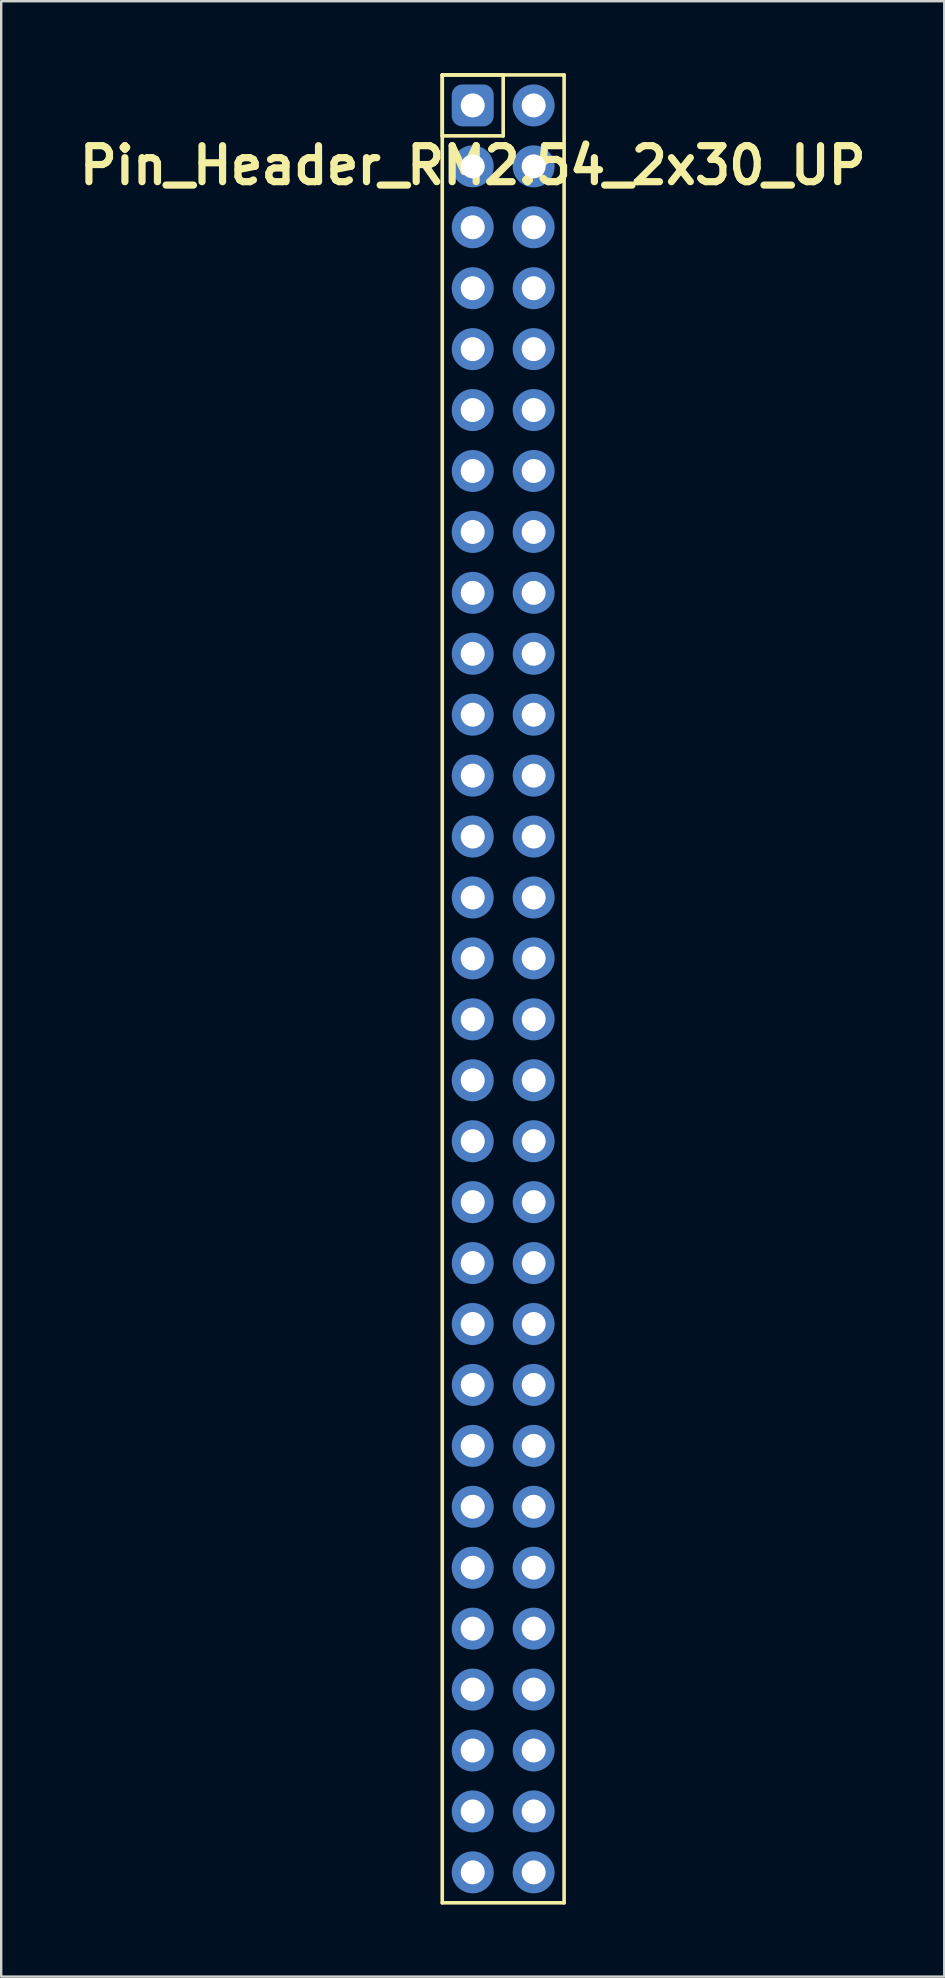
<source format=kicad_pcb>
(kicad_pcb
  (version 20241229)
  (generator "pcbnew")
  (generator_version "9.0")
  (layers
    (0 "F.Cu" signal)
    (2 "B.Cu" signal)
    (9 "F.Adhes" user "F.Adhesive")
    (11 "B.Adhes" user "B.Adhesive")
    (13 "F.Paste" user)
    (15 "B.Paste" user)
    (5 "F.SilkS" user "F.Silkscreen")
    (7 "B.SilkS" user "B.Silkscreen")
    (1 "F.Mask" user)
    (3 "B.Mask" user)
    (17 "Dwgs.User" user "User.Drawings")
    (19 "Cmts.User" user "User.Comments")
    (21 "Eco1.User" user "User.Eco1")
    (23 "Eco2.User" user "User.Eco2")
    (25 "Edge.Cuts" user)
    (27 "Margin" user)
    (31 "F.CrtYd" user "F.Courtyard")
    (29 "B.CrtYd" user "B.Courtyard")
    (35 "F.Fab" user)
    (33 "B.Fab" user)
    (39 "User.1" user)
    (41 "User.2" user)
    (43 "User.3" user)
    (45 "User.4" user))
  (footprint "Pin_Header_RM2.54_2x30_UP"
    (layer "F.Cu")
    (at 16.657 1.345)
    (property "Reference" "Pin_Header_RM2.54_2x30_UP" (at 0 2.5 0) (layer "F.SilkS") (effects (font (size 1.5 1.5) (thickness 0.3))))
    (attr through_hole)
    (fp_line (start -1.27 -1.27) (end 1.27 -1.27) (stroke (width 0.15) (type solid)) (layer "F.SilkS"))
    (fp_line (start -1.27 -1.27) (end 3.81 -1.27) (stroke (width 0.15) (type solid)) (layer "F.SilkS"))
    (fp_line (start -1.27 1.27) (end -1.27 -1.27) (stroke (width 0.15) (type solid)) (layer "F.SilkS"))
    (fp_line (start -1.27 74.93) (end -1.27 -1.27) (stroke (width 0.15) (type solid)) (layer "F.SilkS"))
    (fp_line (start 1.27 -1.27) (end 1.27 1.27) (stroke (width 0.15) (type solid)) (layer "F.SilkS"))
    (fp_line (start 1.27 1.27) (end -1.27 1.27) (stroke (width 0.15) (type solid)) (layer "F.SilkS"))
    (fp_line (start 3.81 -1.27) (end 3.81 74.93) (stroke (width 0.15) (type solid)) (layer "F.SilkS"))
    (fp_line (start 3.81 74.93) (end -1.27 74.93) (stroke (width 0.15) (type solid)) (layer "F.SilkS"))
    (pad "1" thru_hole circle (at 0 0) (size 1.3 1.3) (drill 1) (layers "*.Cu" "*.Mask"))
    (pad "1" smd roundrect (at 0 0) (size 1.5 1.5) (layers "F.Cu" "F.Mask") (roundrect_rratio 0.25))
    (pad "1" smd roundrect (at 0 0) (size 1.75 1.75) (layers "B.Cu" "B.Mask") (roundrect_rratio 0.25))
    (pad "2" thru_hole circle (at 2.54 0) (size 1.3 1.3) (drill 1) (layers "*.Cu" "*.Mask"))
    (pad "2" smd circle (at 2.54 0) (size 1.5 1.5) (layers "F.Cu" "F.Mask"))
    (pad "2" smd circle (at 2.54 0) (size 1.75 1.75) (layers "B.Cu" "B.Mask"))
    (pad "3" thru_hole circle (at 0 2.54) (size 1.3 1.3) (drill 1) (layers "*.Cu" "*.Mask"))
    (pad "3" smd circle (at 0 2.54) (size 1.5 1.5) (layers "F.Cu" "F.Mask"))
    (pad "3" smd circle (at 0 2.54) (size 1.75 1.75) (layers "B.Cu" "B.Mask"))
    (pad "4" thru_hole circle (at 2.54 2.54) (size 1.3 1.3) (drill 1) (layers "*.Cu" "*.Mask"))
    (pad "4" smd circle (at 2.54 2.54) (size 1.5 1.5) (layers "F.Cu" "F.Mask"))
    (pad "4" smd circle (at 2.54 2.54) (size 1.75 1.75) (layers "B.Cu" "B.Mask"))
    (pad "5" thru_hole circle (at 0 5.08) (size 1.3 1.3) (drill 1) (layers "*.Cu" "*.Mask"))
    (pad "5" smd circle (at 0 5.08) (size 1.5 1.5) (layers "F.Cu" "F.Mask"))
    (pad "5" smd circle (at 0 5.08) (size 1.75 1.75) (layers "B.Cu" "B.Mask"))
    (pad "6" thru_hole circle (at 2.54 5.08) (size 1.3 1.3) (drill 1) (layers "*.Cu" "*.Mask"))
    (pad "6" smd circle (at 2.54 5.08) (size 1.5 1.5) (layers "F.Cu" "F.Mask"))
    (pad "6" smd circle (at 2.54 5.08) (size 1.75 1.75) (layers "B.Cu" "B.Mask"))
    (pad "7" thru_hole circle (at 0 7.62) (size 1.3 1.3) (drill 1) (layers "*.Cu" "*.Mask"))
    (pad "7" smd circle (at 0 7.62) (size 1.5 1.5) (layers "F.Cu" "F.Mask"))
    (pad "7" smd circle (at 0 7.62) (size 1.75 1.75) (layers "B.Cu" "B.Mask"))
    (pad "8" thru_hole circle (at 2.54 7.62) (size 1.3 1.3) (drill 1) (layers "*.Cu" "*.Mask"))
    (pad "8" smd circle (at 2.54 7.62) (size 1.5 1.5) (layers "F.Cu" "F.Mask"))
    (pad "8" smd circle (at 2.54 7.62) (size 1.75 1.75) (layers "B.Cu" "B.Mask"))
    (pad "9" thru_hole circle (at 0 10.16) (size 1.3 1.3) (drill 1) (layers "*.Cu" "*.Mask"))
    (pad "9" smd circle (at 0 10.16) (size 1.5 1.5) (layers "F.Cu" "F.Mask"))
    (pad "9" smd circle (at 0 10.16) (size 1.75 1.75) (layers "B.Cu" "B.Mask"))
    (pad "10" thru_hole circle (at 2.54 10.16) (size 1.3 1.3) (drill 1) (layers "*.Cu" "*.Mask"))
    (pad "10" smd circle (at 2.54 10.16) (size 1.5 1.5) (layers "F.Cu" "F.Mask"))
    (pad "10" smd circle (at 2.54 10.16) (size 1.75 1.75) (layers "B.Cu" "B.Mask"))
    (pad "11" thru_hole circle (at 0 12.7) (size 1.3 1.3) (drill 1) (layers "*.Cu" "*.Mask"))
    (pad "11" smd circle (at 0 12.7) (size 1.5 1.5) (layers "F.Cu" "F.Mask"))
    (pad "11" smd circle (at 0 12.7) (size 1.75 1.75) (layers "B.Cu" "B.Mask"))
    (pad "12" thru_hole circle (at 2.54 12.7) (size 1.3 1.3) (drill 1) (layers "*.Cu" "*.Mask"))
    (pad "12" smd circle (at 2.54 12.7) (size 1.5 1.5) (layers "F.Cu" "F.Mask"))
    (pad "12" smd circle (at 2.54 12.7) (size 1.75 1.75) (layers "B.Cu" "B.Mask"))
    (pad "13" thru_hole circle (at 0 15.24) (size 1.3 1.3) (drill 1) (layers "*.Cu" "*.Mask"))
    (pad "13" smd circle (at 0 15.24) (size 1.5 1.5) (layers "F.Cu" "F.Mask"))
    (pad "13" smd circle (at 0 15.24) (size 1.75 1.75) (layers "B.Cu" "B.Mask"))
    (pad "14" thru_hole circle (at 2.54 15.24) (size 1.3 1.3) (drill 1) (layers "*.Cu" "*.Mask"))
    (pad "14" smd circle (at 2.54 15.24) (size 1.5 1.5) (layers "F.Cu" "F.Mask"))
    (pad "14" smd circle (at 2.54 15.24) (size 1.75 1.75) (layers "B.Cu" "B.Mask"))
    (pad "15" thru_hole circle (at 0 17.78) (size 1.3 1.3) (drill 1) (layers "*.Cu" "*.Mask"))
    (pad "15" smd circle (at 0 17.78) (size 1.5 1.5) (layers "F.Cu" "F.Mask"))
    (pad "15" smd circle (at 0 17.78) (size 1.75 1.75) (layers "B.Cu" "B.Mask"))
    (pad "16" thru_hole circle (at 2.54 17.78) (size 1.3 1.3) (drill 1) (layers "*.Cu" "*.Mask"))
    (pad "16" smd circle (at 2.54 17.78) (size 1.5 1.5) (layers "F.Cu" "F.Mask"))
    (pad "16" smd circle (at 2.54 17.78) (size 1.75 1.75) (layers "B.Cu" "B.Mask"))
    (pad "17" thru_hole circle (at 0 20.32) (size 1.3 1.3) (drill 1) (layers "*.Cu" "*.Mask"))
    (pad "17" smd circle (at 0 20.32) (size 1.5 1.5) (layers "F.Cu" "F.Mask"))
    (pad "17" smd circle (at 0 20.32) (size 1.75 1.75) (layers "B.Cu" "B.Mask"))
    (pad "18" thru_hole circle (at 2.54 20.32) (size 1.3 1.3) (drill 1) (layers "*.Cu" "*.Mask"))
    (pad "18" smd circle (at 2.54 20.32) (size 1.5 1.5) (layers "F.Cu" "F.Mask"))
    (pad "18" smd circle (at 2.54 20.32) (size 1.75 1.75) (layers "B.Cu" "B.Mask"))
    (pad "19" thru_hole circle (at 0 22.86) (size 1.3 1.3) (drill 1) (layers "*.Cu" "*.Mask"))
    (pad "19" smd circle (at 0 22.86) (size 1.5 1.5) (layers "F.Cu" "F.Mask"))
    (pad "19" smd circle (at 0 22.86) (size 1.75 1.75) (layers "B.Cu" "B.Mask"))
    (pad "20" thru_hole circle (at 2.54 22.86) (size 1.3 1.3) (drill 1) (layers "*.Cu" "*.Mask"))
    (pad "20" smd circle (at 2.54 22.86) (size 1.5 1.5) (layers "F.Cu" "F.Mask"))
    (pad "20" smd circle (at 2.54 22.86) (size 1.75 1.75) (layers "B.Cu" "B.Mask"))
    (pad "21" thru_hole circle (at 0 25.4) (size 1.3 1.3) (drill 1) (layers "*.Cu" "*.Mask"))
    (pad "21" smd circle (at 0 25.4) (size 1.5 1.5) (layers "F.Cu" "F.Mask"))
    (pad "21" smd circle (at 0 25.4) (size 1.75 1.75) (layers "B.Cu" "B.Mask"))
    (pad "22" thru_hole circle (at 2.54 25.4) (size 1.3 1.3) (drill 1) (layers "*.Cu" "*.Mask"))
    (pad "22" smd circle (at 2.54 25.4) (size 1.5 1.5) (layers "F.Cu" "F.Mask"))
    (pad "22" smd circle (at 2.54 25.4) (size 1.75 1.75) (layers "B.Cu" "B.Mask"))
    (pad "23" thru_hole circle (at 0 27.94) (size 1.3 1.3) (drill 1) (layers "*.Cu" "*.Mask"))
    (pad "23" smd circle (at 0 27.94) (size 1.5 1.5) (layers "F.Cu" "F.Mask"))
    (pad "23" smd circle (at 0 27.94) (size 1.75 1.75) (layers "B.Cu" "B.Mask"))
    (pad "24" thru_hole circle (at 2.54 27.94) (size 1.3 1.3) (drill 1) (layers "*.Cu" "*.Mask"))
    (pad "24" smd circle (at 2.54 27.94) (size 1.5 1.5) (layers "F.Cu" "F.Mask"))
    (pad "24" smd circle (at 2.54 27.94) (size 1.75 1.75) (layers "B.Cu" "B.Mask"))
    (pad "25" thru_hole circle (at 0 30.48) (size 1.3 1.3) (drill 1) (layers "*.Cu" "*.Mask"))
    (pad "25" smd circle (at 0 30.48) (size 1.5 1.5) (layers "F.Cu" "F.Mask"))
    (pad "25" smd circle (at 0 30.48) (size 1.75 1.75) (layers "B.Cu" "B.Mask"))
    (pad "26" thru_hole circle (at 2.54 30.48) (size 1.3 1.3) (drill 1) (layers "*.Cu" "*.Mask"))
    (pad "26" smd circle (at 2.54 30.48) (size 1.5 1.5) (layers "F.Cu" "F.Mask"))
    (pad "26" smd circle (at 2.54 30.48) (size 1.75 1.75) (layers "B.Cu" "B.Mask"))
    (pad "27" thru_hole circle (at 0 33.02) (size 1.3 1.3) (drill 1) (layers "*.Cu" "*.Mask"))
    (pad "27" smd circle (at 0 33.02) (size 1.5 1.5) (layers "F.Cu" "F.Mask"))
    (pad "27" smd circle (at 0 33.02) (size 1.75 1.75) (layers "B.Cu" "B.Mask"))
    (pad "28" thru_hole circle (at 2.54 33.02) (size 1.3 1.3) (drill 1) (layers "*.Cu" "*.Mask"))
    (pad "28" smd circle (at 2.54 33.02) (size 1.5 1.5) (layers "F.Cu" "F.Mask"))
    (pad "28" smd circle (at 2.54 33.02) (size 1.75 1.75) (layers "B.Cu" "B.Mask"))
    (pad "29" thru_hole circle (at 0 35.56) (size 1.3 1.3) (drill 1) (layers "*.Cu" "*.Mask"))
    (pad "29" smd circle (at 0 35.56) (size 1.5 1.5) (layers "F.Cu" "F.Mask"))
    (pad "29" smd circle (at 0 35.56) (size 1.75 1.75) (layers "B.Cu" "B.Mask"))
    (pad "30" thru_hole circle (at 2.54 35.56) (size 1.3 1.3) (drill 1) (layers "*.Cu" "*.Mask"))
    (pad "30" smd circle (at 2.54 35.56) (size 1.5 1.5) (layers "F.Cu" "F.Mask"))
    (pad "30" smd circle (at 2.54 35.56) (size 1.75 1.75) (layers "B.Cu" "B.Mask"))
    (pad "31" thru_hole circle (at 0 38.1) (size 1.3 1.3) (drill 1) (layers "*.Cu" "*.Mask"))
    (pad "31" smd circle (at 0 38.1) (size 1.5 1.5) (layers "F.Cu" "F.Mask"))
    (pad "31" smd circle (at 0 38.1) (size 1.75 1.75) (layers "B.Cu" "B.Mask"))
    (pad "32" thru_hole circle (at 2.54 38.1) (size 1.3 1.3) (drill 1) (layers "*.Cu" "*.Mask"))
    (pad "32" smd circle (at 2.54 38.1) (size 1.5 1.5) (layers "F.Cu" "F.Mask"))
    (pad "32" smd circle (at 2.54 38.1) (size 1.75 1.75) (layers "B.Cu" "B.Mask"))
    (pad "33" thru_hole circle (at 0 40.64) (size 1.3 1.3) (drill 1) (layers "*.Cu" "*.Mask"))
    (pad "33" smd circle (at 0 40.64) (size 1.5 1.5) (layers "F.Cu" "F.Mask"))
    (pad "33" smd circle (at 0 40.64) (size 1.75 1.75) (layers "B.Cu" "B.Mask"))
    (pad "34" thru_hole circle (at 2.54 40.64) (size 1.3 1.3) (drill 1) (layers "*.Cu" "*.Mask"))
    (pad "34" smd circle (at 2.54 40.64) (size 1.5 1.5) (layers "F.Cu" "F.Mask"))
    (pad "34" smd circle (at 2.54 40.64) (size 1.75 1.75) (layers "B.Cu" "B.Mask"))
    (pad "35" thru_hole circle (at 0 43.18) (size 1.3 1.3) (drill 1) (layers "*.Cu" "*.Mask"))
    (pad "35" smd circle (at 0 43.18) (size 1.5 1.5) (layers "F.Cu" "F.Mask"))
    (pad "35" smd circle (at 0 43.18) (size 1.75 1.75) (layers "B.Cu" "B.Mask"))
    (pad "36" thru_hole circle (at 2.54 43.18) (size 1.3 1.3) (drill 1) (layers "*.Cu" "*.Mask"))
    (pad "36" smd circle (at 2.54 43.18) (size 1.5 1.5) (layers "F.Cu" "F.Mask"))
    (pad "36" smd circle (at 2.54 43.18) (size 1.75 1.75) (layers "B.Cu" "B.Mask"))
    (pad "37" thru_hole circle (at 0 45.72) (size 1.3 1.3) (drill 1) (layers "*.Cu" "*.Mask"))
    (pad "37" smd circle (at 0 45.72) (size 1.5 1.5) (layers "F.Cu" "F.Mask"))
    (pad "37" smd circle (at 0 45.72) (size 1.75 1.75) (layers "B.Cu" "B.Mask"))
    (pad "38" thru_hole circle (at 2.54 45.72) (size 1.3 1.3) (drill 1) (layers "*.Cu" "*.Mask"))
    (pad "38" smd circle (at 2.54 45.72) (size 1.5 1.5) (layers "F.Cu" "F.Mask"))
    (pad "38" smd circle (at 2.54 45.72) (size 1.75 1.75) (layers "B.Cu" "B.Mask"))
    (pad "39" thru_hole circle (at 0 48.26) (size 1.3 1.3) (drill 1) (layers "*.Cu" "*.Mask"))
    (pad "39" smd circle (at 0 48.26) (size 1.5 1.5) (layers "F.Cu" "F.Mask"))
    (pad "39" smd circle (at 0 48.26) (size 1.75 1.75) (layers "B.Cu" "B.Mask"))
    (pad "40" thru_hole circle (at 2.54 48.26) (size 1.3 1.3) (drill 1) (layers "*.Cu" "*.Mask"))
    (pad "40" smd circle (at 2.54 48.26) (size 1.5 1.5) (layers "F.Cu" "F.Mask"))
    (pad "40" smd circle (at 2.54 48.26) (size 1.75 1.75) (layers "B.Cu" "B.Mask"))
    (pad "41" thru_hole circle (at 0 50.8) (size 1.3 1.3) (drill 1) (layers "*.Cu" "*.Mask"))
    (pad "41" smd circle (at 0 50.8) (size 1.5 1.5) (layers "F.Cu" "F.Mask"))
    (pad "41" smd circle (at 0 50.8) (size 1.75 1.75) (layers "B.Cu" "B.Mask"))
    (pad "42" thru_hole circle (at 2.54 50.8) (size 1.3 1.3) (drill 1) (layers "*.Cu" "*.Mask"))
    (pad "42" smd circle (at 2.54 50.8) (size 1.5 1.5) (layers "F.Cu" "F.Mask"))
    (pad "42" smd circle (at 2.54 50.8) (size 1.75 1.75) (layers "B.Cu" "B.Mask"))
    (pad "43" thru_hole circle (at 0 53.34) (size 1.3 1.3) (drill 1) (layers "*.Cu" "*.Mask"))
    (pad "43" smd circle (at 0 53.34) (size 1.5 1.5) (layers "F.Cu" "F.Mask"))
    (pad "43" smd circle (at 0 53.34) (size 1.75 1.75) (layers "B.Cu" "B.Mask"))
    (pad "44" thru_hole circle (at 2.54 53.34) (size 1.3 1.3) (drill 1) (layers "*.Cu" "*.Mask"))
    (pad "44" smd circle (at 2.54 53.34) (size 1.5 1.5) (layers "F.Cu" "F.Mask"))
    (pad "44" smd circle (at 2.54 53.34) (size 1.75 1.75) (layers "B.Cu" "B.Mask"))
    (pad "45" thru_hole circle (at 0 55.88) (size 1.3 1.3) (drill 1) (layers "*.Cu" "*.Mask"))
    (pad "45" smd circle (at 0 55.88) (size 1.5 1.5) (layers "F.Cu" "F.Mask"))
    (pad "45" smd circle (at 0 55.88) (size 1.75 1.75) (layers "B.Cu" "B.Mask"))
    (pad "46" thru_hole circle (at 2.54 55.88) (size 1.3 1.3) (drill 1) (layers "*.Cu" "*.Mask"))
    (pad "46" smd circle (at 2.54 55.88) (size 1.5 1.5) (layers "F.Cu" "F.Mask"))
    (pad "46" smd circle (at 2.54 55.88) (size 1.75 1.75) (layers "B.Cu" "B.Mask"))
    (pad "47" thru_hole circle (at 0 58.42) (size 1.3 1.3) (drill 1) (layers "*.Cu" "*.Mask"))
    (pad "47" smd circle (at 0 58.42) (size 1.5 1.5) (layers "F.Cu" "F.Mask"))
    (pad "47" smd circle (at 0 58.42) (size 1.75 1.75) (layers "B.Cu" "B.Mask"))
    (pad "48" thru_hole circle (at 2.54 58.42) (size 1.3 1.3) (drill 1) (layers "*.Cu" "*.Mask"))
    (pad "48" smd circle (at 2.54 58.42) (size 1.5 1.5) (layers "F.Cu" "F.Mask"))
    (pad "48" smd circle (at 2.54 58.42) (size 1.75 1.75) (layers "B.Cu" "B.Mask"))
    (pad "49" thru_hole circle (at 0 60.96) (size 1.3 1.3) (drill 1) (layers "*.Cu" "*.Mask"))
    (pad "49" smd circle (at 0 60.96) (size 1.5 1.5) (layers "F.Cu" "F.Mask"))
    (pad "49" smd circle (at 0 60.96) (size 1.75 1.75) (layers "B.Cu" "B.Mask"))
    (pad "50" thru_hole circle (at 2.54 60.96) (size 1.3 1.3) (drill 1) (layers "*.Cu" "*.Mask"))
    (pad "50" smd circle (at 2.54 60.96) (size 1.5 1.5) (layers "F.Cu" "F.Mask"))
    (pad "50" smd circle (at 2.54 60.96) (size 1.75 1.75) (layers "B.Cu" "B.Mask"))
    (pad "51" thru_hole circle (at 0 63.5) (size 1.3 1.3) (drill 1) (layers "*.Cu" "*.Mask"))
    (pad "51" smd circle (at 0 63.5) (size 1.5 1.5) (layers "F.Cu" "F.Mask"))
    (pad "51" smd circle (at 0 63.5) (size 1.75 1.75) (layers "B.Cu" "B.Mask"))
    (pad "52" thru_hole circle (at 2.54 63.5) (size 1.3 1.3) (drill 1) (layers "*.Cu" "*.Mask"))
    (pad "52" smd circle (at 2.54 63.5) (size 1.5 1.5) (layers "F.Cu" "F.Mask"))
    (pad "52" smd circle (at 2.54 63.5) (size 1.75 1.75) (layers "B.Cu" "B.Mask"))
    (pad "53" thru_hole circle (at 0 66.04) (size 1.3 1.3) (drill 1) (layers "*.Cu" "*.Mask"))
    (pad "53" smd circle (at 0 66.04) (size 1.5 1.5) (layers "F.Cu" "F.Mask"))
    (pad "53" smd circle (at 0 66.04) (size 1.75 1.75) (layers "B.Cu" "B.Mask"))
    (pad "54" thru_hole circle (at 2.54 66.04) (size 1.3 1.3) (drill 1) (layers "*.Cu" "*.Mask"))
    (pad "54" smd circle (at 2.54 66.04) (size 1.5 1.5) (layers "F.Cu" "F.Mask"))
    (pad "54" smd circle (at 2.54 66.04) (size 1.75 1.75) (layers "B.Cu" "B.Mask"))
    (pad "55" thru_hole circle (at 0 68.58) (size 1.3 1.3) (drill 1) (layers "*.Cu" "*.Mask"))
    (pad "55" smd circle (at 0 68.58) (size 1.5 1.5) (layers "F.Cu" "F.Mask"))
    (pad "55" smd circle (at 0 68.58) (size 1.75 1.75) (layers "B.Cu" "B.Mask"))
    (pad "56" thru_hole circle (at 2.54 68.58) (size 1.3 1.3) (drill 1) (layers "*.Cu" "*.Mask"))
    (pad "56" smd circle (at 2.54 68.58) (size 1.5 1.5) (layers "F.Cu" "F.Mask"))
    (pad "56" smd circle (at 2.54 68.58) (size 1.75 1.75) (layers "B.Cu" "B.Mask"))
    (pad "57" thru_hole circle (at 0 71.12) (size 1.3 1.3) (drill 1) (layers "*.Cu" "*.Mask"))
    (pad "57" smd circle (at 0 71.12) (size 1.5 1.5) (layers "F.Cu" "F.Mask"))
    (pad "57" smd circle (at 0 71.12) (size 1.75 1.75) (layers "B.Cu" "B.Mask"))
    (pad "58" thru_hole circle (at 2.54 71.12) (size 1.3 1.3) (drill 1) (layers "*.Cu" "*.Mask"))
    (pad "58" smd circle (at 2.54 71.12) (size 1.5 1.5) (layers "F.Cu" "F.Mask"))
    (pad "58" smd circle (at 2.54 71.12) (size 1.75 1.75) (layers "B.Cu" "B.Mask"))
    (pad "59" thru_hole circle (at 0 73.66) (size 1.3 1.3) (drill 1) (layers "*.Cu" "*.Mask"))
    (pad "59" smd circle (at 0 73.66) (size 1.5 1.5) (layers "F.Cu" "F.Mask"))
    (pad "59" smd circle (at 0 73.66) (size 1.75 1.75) (layers "B.Cu" "B.Mask"))
    (pad "60" thru_hole circle (at 2.54 73.66) (size 1.3 1.3) (drill 1) (layers "*.Cu" "*.Mask"))
    (pad "60" smd circle (at 2.54 73.66) (size 1.5 1.5) (layers "F.Cu" "F.Mask"))
    (pad "60" smd circle (at 2.54 73.66) (size 1.75 1.75) (layers "B.Cu" "B.Mask")))
  (gr_rect
    (start -3 -3)
    (end 36.314 79.35)
    (stroke (width 0.1) (type default))
    (fill no)
    (layer "Edge.Cuts")))
</source>
